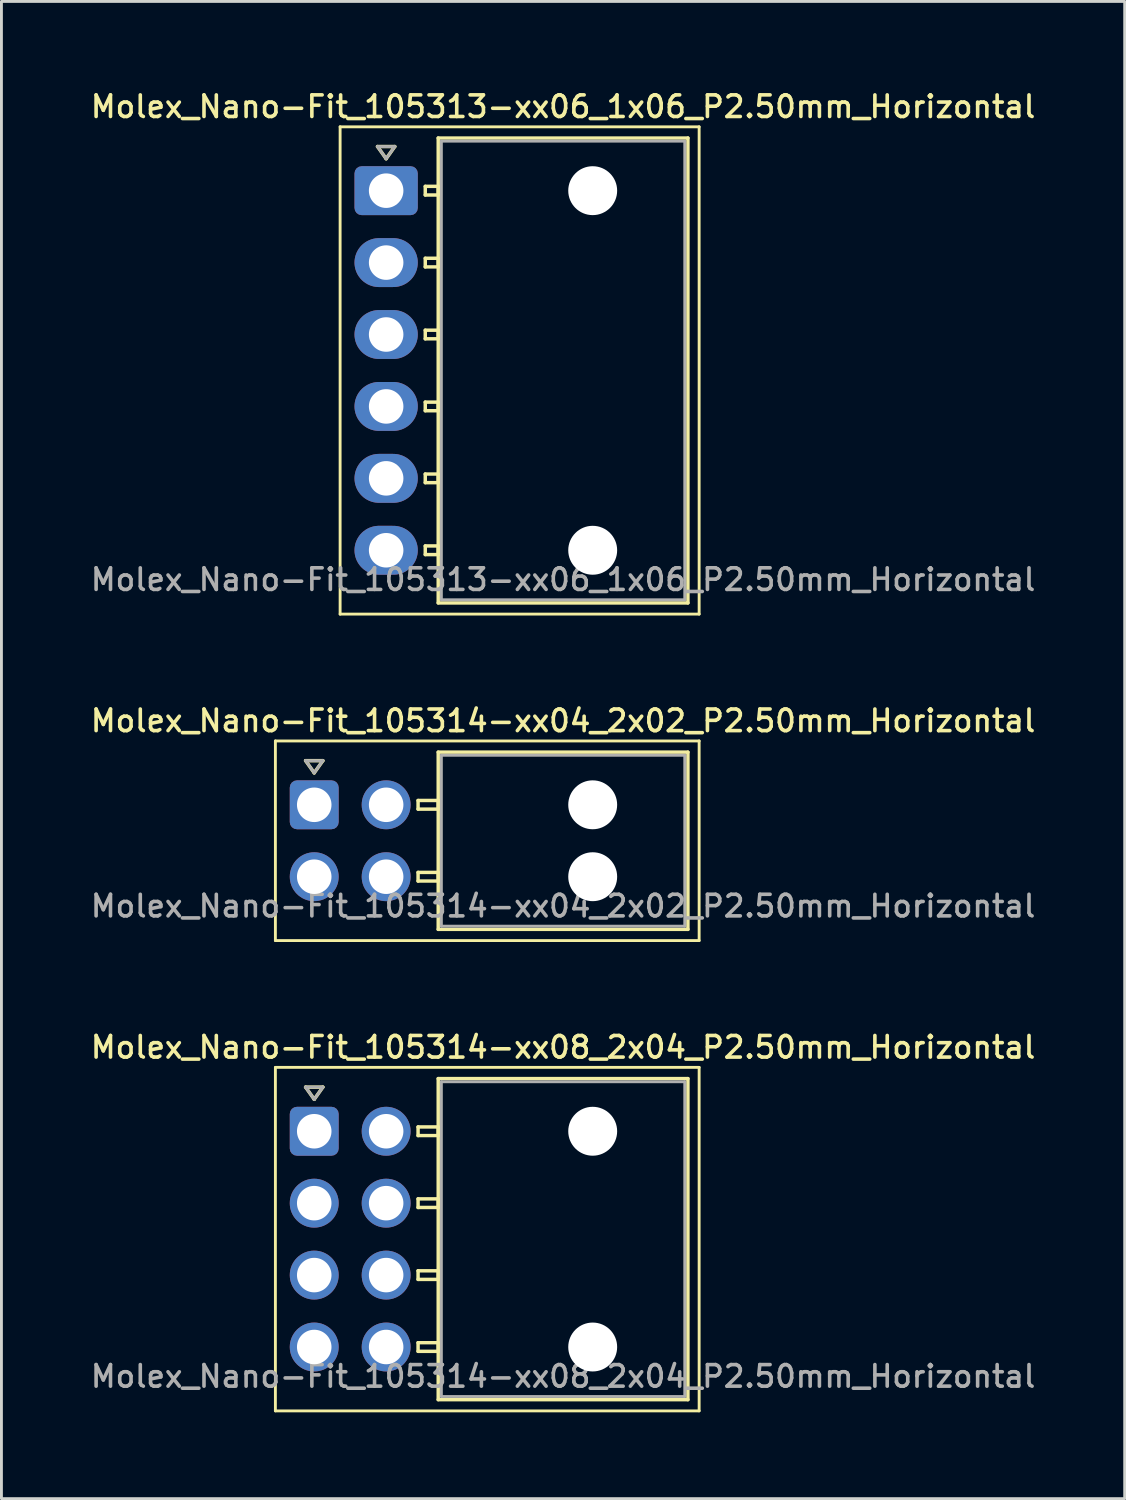
<source format=kicad_pcb>
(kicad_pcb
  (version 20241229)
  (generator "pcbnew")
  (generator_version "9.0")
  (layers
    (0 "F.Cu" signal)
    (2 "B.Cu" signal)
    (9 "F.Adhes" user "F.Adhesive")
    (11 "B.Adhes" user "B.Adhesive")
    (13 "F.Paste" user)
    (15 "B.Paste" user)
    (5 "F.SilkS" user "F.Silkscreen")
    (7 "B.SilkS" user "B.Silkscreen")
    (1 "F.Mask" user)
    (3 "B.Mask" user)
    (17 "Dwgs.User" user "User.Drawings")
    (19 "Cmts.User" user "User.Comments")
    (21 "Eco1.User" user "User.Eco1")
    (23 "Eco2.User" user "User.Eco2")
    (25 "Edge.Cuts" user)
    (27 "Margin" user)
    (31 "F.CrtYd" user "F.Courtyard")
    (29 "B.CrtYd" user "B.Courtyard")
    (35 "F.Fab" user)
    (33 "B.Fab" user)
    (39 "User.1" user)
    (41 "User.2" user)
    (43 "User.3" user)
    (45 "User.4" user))
  (footprint "Molex_Nano-Fit_105314-xx04_2x02_P2.50mm_Horizontal"
    (layer "F.Cu")
    (at 7.873 24.926)
    (property "Reference" "Molex_Nano-Fit_105314-xx04_2x02_P2.50mm_Horizontal" (at 8.65 -2.92 0) (layer "F.SilkS") (effects (font (size 0.75 0.75) (thickness 0.125))))
    (attr through_hole)
    (fp_line (start -1.35 -2.22) (end -1.35 4.72) (stroke (width 0.1) (type solid)) (layer "F.SilkS"))
    (fp_line (start -1.35 4.72) (end 13.38 4.72) (stroke (width 0.1) (type solid)) (layer "F.SilkS"))
    (fp_line (start -0.3 -1.534) (end 0 -1.11) (stroke (width 0.12) (type solid)) (layer "F.SilkS"))
    (fp_line (start 0 -1.11) (end 0.3 -1.534) (stroke (width 0.12) (type solid)) (layer "F.SilkS"))
    (fp_line (start 0.3 -1.534) (end -0.3 -1.534) (stroke (width 0.12) (type solid)) (layer "F.SilkS"))
    (fp_line (start 3.61 -0.15) (end 3.61 0.15) (stroke (width 0.12) (type solid)) (layer "F.SilkS"))
    (fp_line (start 3.61 0.15) (end 4.31 0.15) (stroke (width 0.12) (type solid)) (layer "F.SilkS"))
    (fp_line (start 3.61 2.35) (end 3.61 2.65) (stroke (width 0.12) (type solid)) (layer "F.SilkS"))
    (fp_line (start 3.61 2.65) (end 4.31 2.65) (stroke (width 0.12) (type solid)) (layer "F.SilkS"))
    (fp_line (start 4.31 -1.83) (end 4.31 4.33) (stroke (width 0.12) (type solid)) (layer "F.SilkS"))
    (fp_line (start 4.31 -0.15) (end 3.61 -0.15) (stroke (width 0.12) (type solid)) (layer "F.SilkS"))
    (fp_line (start 4.31 0.15) (end 4.31 -0.15) (stroke (width 0.12) (type solid)) (layer "F.SilkS"))
    (fp_line (start 4.31 2.35) (end 3.61 2.35) (stroke (width 0.12) (type solid)) (layer "F.SilkS"))
    (fp_line (start 4.31 2.65) (end 4.31 2.35) (stroke (width 0.12) (type solid)) (layer "F.SilkS"))
    (fp_line (start 4.31 4.33) (end 12.99 4.33) (stroke (width 0.12) (type solid)) (layer "F.SilkS"))
    (fp_line (start 12.99 -1.83) (end 4.31 -1.83) (stroke (width 0.12) (type solid)) (layer "F.SilkS"))
    (fp_line (start 12.99 4.33) (end 12.99 -1.83) (stroke (width 0.12) (type solid)) (layer "F.SilkS"))
    (fp_line (start 13.38 -2.22) (end -1.35 -2.22) (stroke (width 0.1) (type solid)) (layer "F.SilkS"))
    (fp_line (start 13.38 4.72) (end 13.38 -2.22) (stroke (width 0.1) (type solid)) (layer "F.SilkS"))
    (fp_line (start -0.3 -1.534) (end 0 -1.11) (stroke (width 0.1) (type solid)) (layer "F.Fab"))
    (fp_line (start 0 -1.11) (end 0.3 -1.534) (stroke (width 0.1) (type solid)) (layer "F.Fab"))
    (fp_line (start 0.3 -1.534) (end -0.3 -1.534) (stroke (width 0.1) (type solid)) (layer "F.Fab"))
    (fp_line (start 4.42 -1.72) (end 4.42 4.22) (stroke (width 0.1) (type solid)) (layer "F.Fab"))
    (fp_line (start 4.42 4.22) (end 12.88 4.22) (stroke (width 0.1) (type solid)) (layer "F.Fab"))
    (fp_line (start 12.88 -1.72) (end 4.42 -1.72) (stroke (width 0.1) (type solid)) (layer "F.Fab"))
    (fp_line (start 12.88 4.22) (end 12.88 -1.72) (stroke (width 0.1) (type solid)) (layer "F.Fab"))
    (fp_text user "${REFERENCE}" (at 8.65 3.52 0) (layer "F.Fab") (effects (font (size 0.75 0.75) (thickness 0.125))))
    (pad "" np_thru_hole circle (at 9.68 0) (size 1.7 1.7) (drill 1.7) (layers "*.Cu" "*.Mask"))
    (pad "" np_thru_hole circle (at 9.68 2.5) (size 1.7 1.7) (drill 1.7) (layers "*.Cu" "*.Mask"))
    (pad "1" thru_hole roundrect (at 0 0) (size 1.7 1.7) (drill 1.2) (layers "*.Cu" "*.Mask") (roundrect_rratio 0.147))
    (pad "2" thru_hole circle (at 0 2.5) (size 1.7 1.7) (drill 1.2) (layers "*.Cu" "*.Mask"))
    (pad "3" thru_hole circle (at 2.5 0) (size 1.7 1.7) (drill 1.2) (layers "*.Cu" "*.Mask"))
    (pad "4" thru_hole circle (at 2.5 2.5) (size 1.7 1.7) (drill 1.2) (layers "*.Cu" "*.Mask")))
  (footprint "Molex_Nano-Fit_105314-xx08_2x04_P2.50mm_Horizontal"
    (layer "F.Cu")
    (at 7.873 36.274)
    (property "Reference" "Molex_Nano-Fit_105314-xx08_2x04_P2.50mm_Horizontal" (at 8.65 -2.92 0) (layer "F.SilkS") (effects (font (size 0.75 0.75) (thickness 0.125))))
    (attr through_hole)
    (fp_line (start -1.35 -2.22) (end -1.35 9.72) (stroke (width 0.1) (type solid)) (layer "F.SilkS"))
    (fp_line (start -1.35 9.72) (end 13.38 9.72) (stroke (width 0.1) (type solid)) (layer "F.SilkS"))
    (fp_line (start -0.3 -1.534) (end 0 -1.11) (stroke (width 0.12) (type solid)) (layer "F.SilkS"))
    (fp_line (start 0 -1.11) (end 0.3 -1.534) (stroke (width 0.12) (type solid)) (layer "F.SilkS"))
    (fp_line (start 0.3 -1.534) (end -0.3 -1.534) (stroke (width 0.12) (type solid)) (layer "F.SilkS"))
    (fp_line (start 3.61 -0.15) (end 3.61 0.15) (stroke (width 0.12) (type solid)) (layer "F.SilkS"))
    (fp_line (start 3.61 0.15) (end 4.31 0.15) (stroke (width 0.12) (type solid)) (layer "F.SilkS"))
    (fp_line (start 3.61 2.35) (end 3.61 2.65) (stroke (width 0.12) (type solid)) (layer "F.SilkS"))
    (fp_line (start 3.61 2.65) (end 4.31 2.65) (stroke (width 0.12) (type solid)) (layer "F.SilkS"))
    (fp_line (start 3.61 4.85) (end 3.61 5.15) (stroke (width 0.12) (type solid)) (layer "F.SilkS"))
    (fp_line (start 3.61 5.15) (end 4.31 5.15) (stroke (width 0.12) (type solid)) (layer "F.SilkS"))
    (fp_line (start 3.61 7.35) (end 3.61 7.65) (stroke (width 0.12) (type solid)) (layer "F.SilkS"))
    (fp_line (start 3.61 7.65) (end 4.31 7.65) (stroke (width 0.12) (type solid)) (layer "F.SilkS"))
    (fp_line (start 4.31 -1.83) (end 4.31 9.33) (stroke (width 0.12) (type solid)) (layer "F.SilkS"))
    (fp_line (start 4.31 -0.15) (end 3.61 -0.15) (stroke (width 0.12) (type solid)) (layer "F.SilkS"))
    (fp_line (start 4.31 0.15) (end 4.31 -0.15) (stroke (width 0.12) (type solid)) (layer "F.SilkS"))
    (fp_line (start 4.31 2.35) (end 3.61 2.35) (stroke (width 0.12) (type solid)) (layer "F.SilkS"))
    (fp_line (start 4.31 2.65) (end 4.31 2.35) (stroke (width 0.12) (type solid)) (layer "F.SilkS"))
    (fp_line (start 4.31 4.85) (end 3.61 4.85) (stroke (width 0.12) (type solid)) (layer "F.SilkS"))
    (fp_line (start 4.31 5.15) (end 4.31 4.85) (stroke (width 0.12) (type solid)) (layer "F.SilkS"))
    (fp_line (start 4.31 7.35) (end 3.61 7.35) (stroke (width 0.12) (type solid)) (layer "F.SilkS"))
    (fp_line (start 4.31 7.65) (end 4.31 7.35) (stroke (width 0.12) (type solid)) (layer "F.SilkS"))
    (fp_line (start 4.31 9.33) (end 12.99 9.33) (stroke (width 0.12) (type solid)) (layer "F.SilkS"))
    (fp_line (start 12.99 -1.83) (end 4.31 -1.83) (stroke (width 0.12) (type solid)) (layer "F.SilkS"))
    (fp_line (start 12.99 9.33) (end 12.99 -1.83) (stroke (width 0.12) (type solid)) (layer "F.SilkS"))
    (fp_line (start 13.38 -2.22) (end -1.35 -2.22) (stroke (width 0.1) (type solid)) (layer "F.SilkS"))
    (fp_line (start 13.38 9.72) (end 13.38 -2.22) (stroke (width 0.1) (type solid)) (layer "F.SilkS"))
    (fp_line (start -0.3 -1.534) (end 0 -1.11) (stroke (width 0.1) (type solid)) (layer "F.Fab"))
    (fp_line (start 0 -1.11) (end 0.3 -1.534) (stroke (width 0.1) (type solid)) (layer "F.Fab"))
    (fp_line (start 0.3 -1.534) (end -0.3 -1.534) (stroke (width 0.1) (type solid)) (layer "F.Fab"))
    (fp_line (start 4.42 -1.72) (end 4.42 9.22) (stroke (width 0.1) (type solid)) (layer "F.Fab"))
    (fp_line (start 4.42 9.22) (end 12.88 9.22) (stroke (width 0.1) (type solid)) (layer "F.Fab"))
    (fp_line (start 12.88 -1.72) (end 4.42 -1.72) (stroke (width 0.1) (type solid)) (layer "F.Fab"))
    (fp_line (start 12.88 9.22) (end 12.88 -1.72) (stroke (width 0.1) (type solid)) (layer "F.Fab"))
    (fp_text user "${REFERENCE}" (at 8.65 8.52 0) (layer "F.Fab") (effects (font (size 0.75 0.75) (thickness 0.125))))
    (pad "" np_thru_hole circle (at 9.68 0) (size 1.7 1.7) (drill 1.7) (layers "*.Cu" "*.Mask"))
    (pad "" np_thru_hole circle (at 9.68 7.5) (size 1.7 1.7) (drill 1.7) (layers "*.Cu" "*.Mask"))
    (pad "1" thru_hole roundrect (at 0 0) (size 1.7 1.7) (drill 1.2) (layers "*.Cu" "*.Mask") (roundrect_rratio 0.147))
    (pad "2" thru_hole circle (at 0 2.5) (size 1.7 1.7) (drill 1.2) (layers "*.Cu" "*.Mask"))
    (pad "3" thru_hole circle (at 0 5) (size 1.7 1.7) (drill 1.2) (layers "*.Cu" "*.Mask"))
    (pad "4" thru_hole circle (at 0 7.5) (size 1.7 1.7) (drill 1.2) (layers "*.Cu" "*.Mask"))
    (pad "5" thru_hole circle (at 2.5 0) (size 1.7 1.7) (drill 1.2) (layers "*.Cu" "*.Mask"))
    (pad "6" thru_hole circle (at 2.5 2.5) (size 1.7 1.7) (drill 1.2) (layers "*.Cu" "*.Mask"))
    (pad "7" thru_hole circle (at 2.5 5) (size 1.7 1.7) (drill 1.2) (layers "*.Cu" "*.Mask"))
    (pad "8" thru_hole circle (at 2.5 7.5) (size 1.7 1.7) (drill 1.2) (layers "*.Cu" "*.Mask")))
  (footprint "Molex_Nano-Fit_105313-xx06_1x06_P2.50mm_Horizontal"
    (layer "F.Cu")
    (at 10.373 3.578)
    (property "Reference" "Molex_Nano-Fit_105313-xx06_1x06_P2.50mm_Horizontal" (at 6.15 -2.92 0) (layer "F.SilkS") (effects (font (size 0.75 0.75) (thickness 0.125))))
    (attr through_hole)
    (fp_line (start -1.6 -2.22) (end -1.6 14.72) (stroke (width 0.1) (type solid)) (layer "F.SilkS"))
    (fp_line (start -1.6 14.72) (end 10.88 14.72) (stroke (width 0.1) (type solid)) (layer "F.SilkS"))
    (fp_line (start -0.3 -1.534) (end 0 -1.11) (stroke (width 0.12) (type solid)) (layer "F.SilkS"))
    (fp_line (start 0 -1.11) (end 0.3 -1.534) (stroke (width 0.12) (type solid)) (layer "F.SilkS"))
    (fp_line (start 0.3 -1.534) (end -0.3 -1.534) (stroke (width 0.12) (type solid)) (layer "F.SilkS"))
    (fp_line (start 1.36 -0.15) (end 1.36 0.15) (stroke (width 0.12) (type solid)) (layer "F.SilkS"))
    (fp_line (start 1.36 0.15) (end 1.81 0.15) (stroke (width 0.12) (type solid)) (layer "F.SilkS"))
    (fp_line (start 1.36 2.35) (end 1.36 2.65) (stroke (width 0.12) (type solid)) (layer "F.SilkS"))
    (fp_line (start 1.36 2.65) (end 1.81 2.65) (stroke (width 0.12) (type solid)) (layer "F.SilkS"))
    (fp_line (start 1.36 4.85) (end 1.36 5.15) (stroke (width 0.12) (type solid)) (layer "F.SilkS"))
    (fp_line (start 1.36 5.15) (end 1.81 5.15) (stroke (width 0.12) (type solid)) (layer "F.SilkS"))
    (fp_line (start 1.36 7.35) (end 1.36 7.65) (stroke (width 0.12) (type solid)) (layer "F.SilkS"))
    (fp_line (start 1.36 7.65) (end 1.81 7.65) (stroke (width 0.12) (type solid)) (layer "F.SilkS"))
    (fp_line (start 1.36 9.85) (end 1.36 10.15) (stroke (width 0.12) (type solid)) (layer "F.SilkS"))
    (fp_line (start 1.36 10.15) (end 1.81 10.15) (stroke (width 0.12) (type solid)) (layer "F.SilkS"))
    (fp_line (start 1.36 12.35) (end 1.36 12.65) (stroke (width 0.12) (type solid)) (layer "F.SilkS"))
    (fp_line (start 1.36 12.65) (end 1.81 12.65) (stroke (width 0.12) (type solid)) (layer "F.SilkS"))
    (fp_line (start 1.81 -1.83) (end 1.81 14.33) (stroke (width 0.12) (type solid)) (layer "F.SilkS"))
    (fp_line (start 1.81 -0.15) (end 1.36 -0.15) (stroke (width 0.12) (type solid)) (layer "F.SilkS"))
    (fp_line (start 1.81 0.15) (end 1.81 -0.15) (stroke (width 0.12) (type solid)) (layer "F.SilkS"))
    (fp_line (start 1.81 2.35) (end 1.36 2.35) (stroke (width 0.12) (type solid)) (layer "F.SilkS"))
    (fp_line (start 1.81 2.65) (end 1.81 2.35) (stroke (width 0.12) (type solid)) (layer "F.SilkS"))
    (fp_line (start 1.81 4.85) (end 1.36 4.85) (stroke (width 0.12) (type solid)) (layer "F.SilkS"))
    (fp_line (start 1.81 5.15) (end 1.81 4.85) (stroke (width 0.12) (type solid)) (layer "F.SilkS"))
    (fp_line (start 1.81 7.35) (end 1.36 7.35) (stroke (width 0.12) (type solid)) (layer "F.SilkS"))
    (fp_line (start 1.81 7.65) (end 1.81 7.35) (stroke (width 0.12) (type solid)) (layer "F.SilkS"))
    (fp_line (start 1.81 9.85) (end 1.36 9.85) (stroke (width 0.12) (type solid)) (layer "F.SilkS"))
    (fp_line (start 1.81 10.15) (end 1.81 9.85) (stroke (width 0.12) (type solid)) (layer "F.SilkS"))
    (fp_line (start 1.81 12.35) (end 1.36 12.35) (stroke (width 0.12) (type solid)) (layer "F.SilkS"))
    (fp_line (start 1.81 12.65) (end 1.81 12.35) (stroke (width 0.12) (type solid)) (layer "F.SilkS"))
    (fp_line (start 1.81 14.33) (end 10.49 14.33) (stroke (width 0.12) (type solid)) (layer "F.SilkS"))
    (fp_line (start 10.49 -1.83) (end 1.81 -1.83) (stroke (width 0.12) (type solid)) (layer "F.SilkS"))
    (fp_line (start 10.49 14.33) (end 10.49 -1.83) (stroke (width 0.12) (type solid)) (layer "F.SilkS"))
    (fp_line (start 10.88 -2.22) (end -1.6 -2.22) (stroke (width 0.1) (type solid)) (layer "F.SilkS"))
    (fp_line (start 10.88 14.72) (end 10.88 -2.22) (stroke (width 0.1) (type solid)) (layer "F.SilkS"))
    (fp_line (start -0.3 -1.534) (end 0 -1.11) (stroke (width 0.1) (type solid)) (layer "F.Fab"))
    (fp_line (start 0 -1.11) (end 0.3 -1.534) (stroke (width 0.1) (type solid)) (layer "F.Fab"))
    (fp_line (start 0.3 -1.534) (end -0.3 -1.534) (stroke (width 0.1) (type solid)) (layer "F.Fab"))
    (fp_line (start 1.92 -1.72) (end 1.92 14.22) (stroke (width 0.1) (type solid)) (layer "F.Fab"))
    (fp_line (start 1.92 14.22) (end 10.38 14.22) (stroke (width 0.1) (type solid)) (layer "F.Fab"))
    (fp_line (start 10.38 -1.72) (end 1.92 -1.72) (stroke (width 0.1) (type solid)) (layer "F.Fab"))
    (fp_line (start 10.38 14.22) (end 10.38 -1.72) (stroke (width 0.1) (type solid)) (layer "F.Fab"))
    (fp_text user "${REFERENCE}" (at 6.15 13.52 0) (layer "F.Fab") (effects (font (size 0.75 0.75) (thickness 0.125))))
    (pad "" np_thru_hole circle (at 7.18 0) (size 1.7 1.7) (drill 1.7) (layers "*.Cu" "*.Mask"))
    (pad "" np_thru_hole circle (at 7.18 12.5) (size 1.7 1.7) (drill 1.7) (layers "*.Cu" "*.Mask"))
    (pad "1" thru_hole roundrect (at 0 0) (size 2.2 1.7) (drill 1.2) (layers "*.Cu" "*.Mask") (roundrect_rratio 0.147))
    (pad "2" thru_hole oval (at 0 2.5) (size 2.2 1.7) (drill 1.2) (layers "*.Cu" "*.Mask"))
    (pad "3" thru_hole oval (at 0 5) (size 2.2 1.7) (drill 1.2) (layers "*.Cu" "*.Mask"))
    (pad "4" thru_hole oval (at 0 7.5) (size 2.2 1.7) (drill 1.2) (layers "*.Cu" "*.Mask"))
    (pad "5" thru_hole oval (at 0 10) (size 2.2 1.7) (drill 1.2) (layers "*.Cu" "*.Mask"))
    (pad "6" thru_hole oval (at 0 12.5) (size 2.2 1.7) (drill 1.2) (layers "*.Cu" "*.Mask")))
  (gr_rect
    (start -3 -3)
    (end 36.046 49.044)
    (stroke (width 0.1) (type default))
    (fill no)
    (layer "Edge.Cuts")))
</source>
